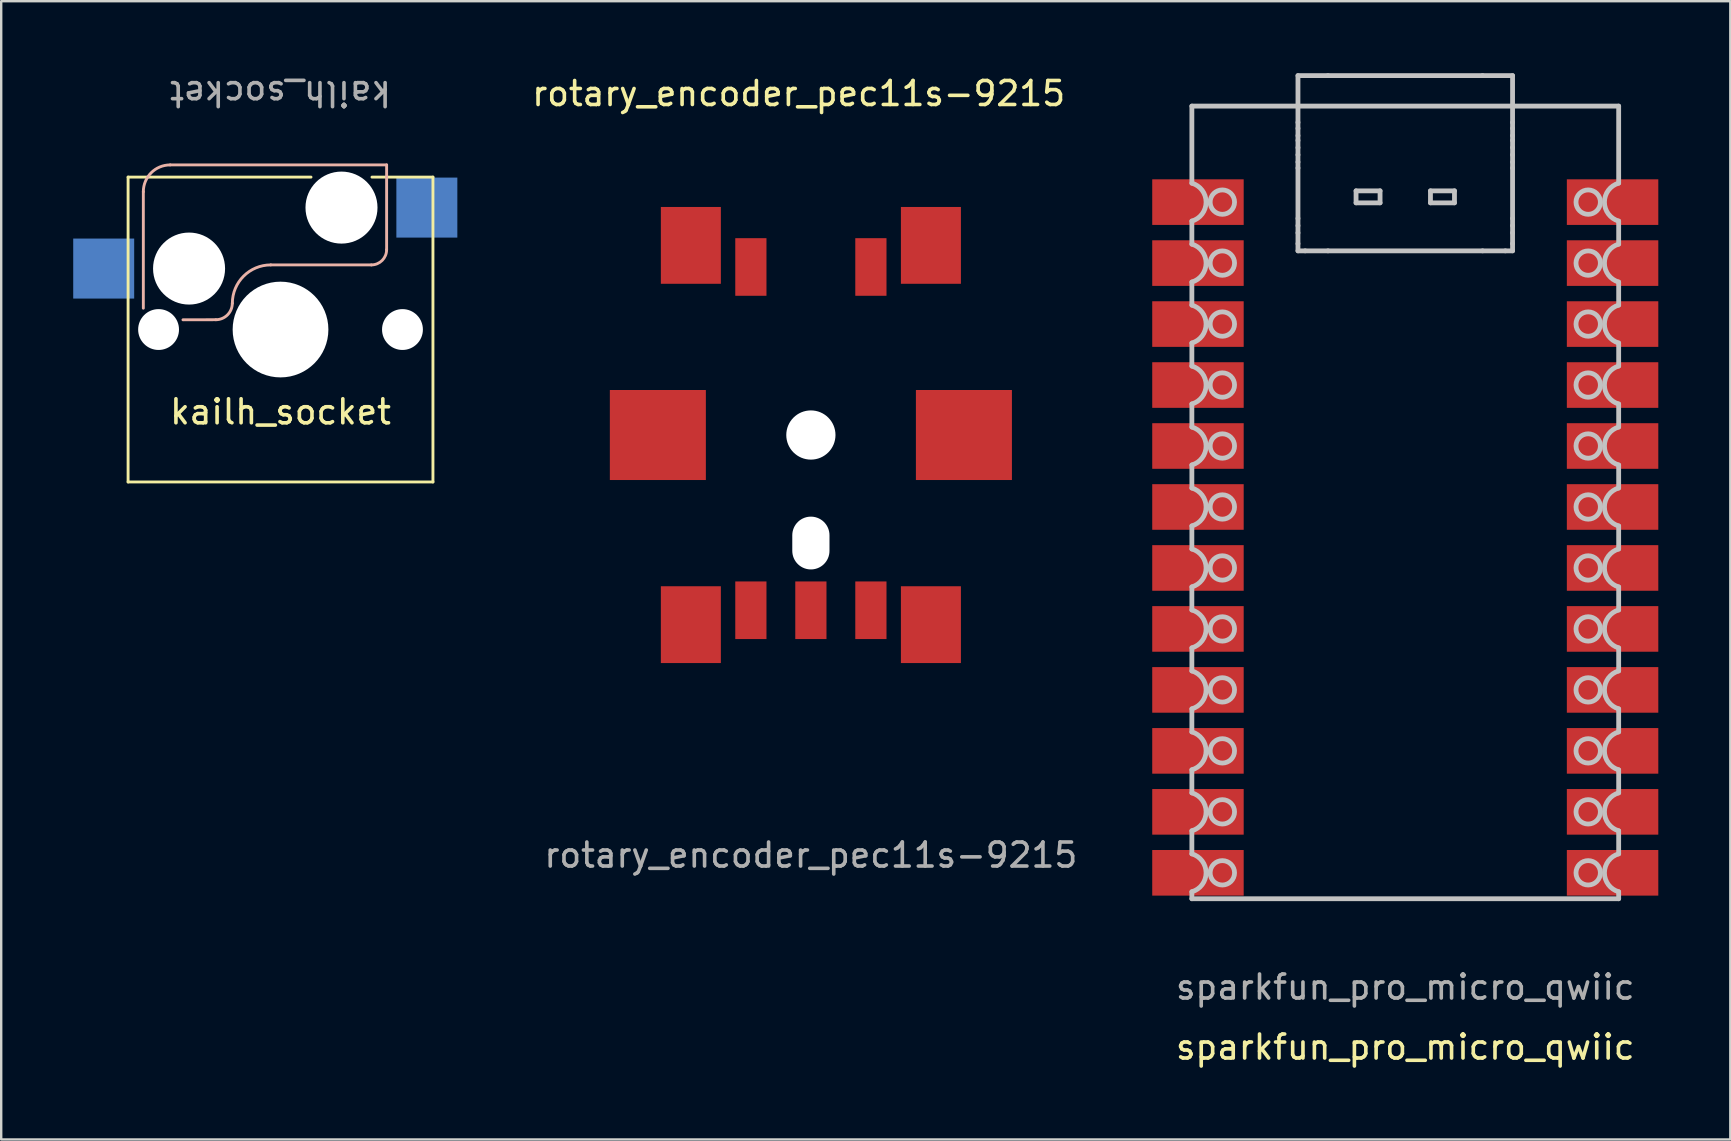
<source format=kicad_pcb>
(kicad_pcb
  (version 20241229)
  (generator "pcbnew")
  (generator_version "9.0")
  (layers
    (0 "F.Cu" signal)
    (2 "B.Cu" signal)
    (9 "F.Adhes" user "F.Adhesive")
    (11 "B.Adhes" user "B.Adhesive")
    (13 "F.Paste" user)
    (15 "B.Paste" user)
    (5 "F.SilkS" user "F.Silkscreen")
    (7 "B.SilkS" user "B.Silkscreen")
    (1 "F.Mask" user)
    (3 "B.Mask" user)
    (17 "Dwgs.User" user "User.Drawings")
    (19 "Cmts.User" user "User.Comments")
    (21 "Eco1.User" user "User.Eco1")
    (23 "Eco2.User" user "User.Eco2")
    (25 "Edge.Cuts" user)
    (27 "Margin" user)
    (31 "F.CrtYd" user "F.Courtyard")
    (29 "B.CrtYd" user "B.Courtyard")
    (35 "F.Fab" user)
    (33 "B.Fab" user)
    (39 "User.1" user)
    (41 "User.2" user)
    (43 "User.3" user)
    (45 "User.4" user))
  (footprint "sparkfun_pro_micro_qwiic"
    (layer "F.Cu")
    (at 55.491 18.07)
    (property "Reference" "sparkfun_pro_micro_qwiic" (at 0 22.5 0) (unlocked yes) (layer "F.SilkS") (effects (font (size 1 1) (thickness 0.15))))
    (fp_line (start -8.89 -16.7) (end -8.89 -13.49) (stroke (width 0.2) (type solid)) (layer "Dwgs.User"))
    (fp_line (start -8.89 -11.91) (end -8.89 -10.95) (stroke (width 0.2) (type solid)) (layer "Dwgs.User"))
    (fp_line (start -8.89 -9.37) (end -8.89 -8.41) (stroke (width 0.2) (type solid)) (layer "Dwgs.User"))
    (fp_line (start -8.89 -6.83) (end -8.89 -5.87) (stroke (width 0.2) (type solid)) (layer "Dwgs.User"))
    (fp_line (start -8.89 -4.29) (end -8.89 -3.33) (stroke (width 0.2) (type solid)) (layer "Dwgs.User"))
    (fp_line (start -8.89 -1.75) (end -8.89 -0.79) (stroke (width 0.2) (type solid)) (layer "Dwgs.User"))
    (fp_line (start -8.89 0.79) (end -8.89 1.75) (stroke (width 0.2) (type solid)) (layer "Dwgs.User"))
    (fp_line (start -8.89 3.33) (end -8.89 4.29) (stroke (width 0.2) (type solid)) (layer "Dwgs.User"))
    (fp_line (start -8.89 5.87) (end -8.89 6.83) (stroke (width 0.2) (type solid)) (layer "Dwgs.User"))
    (fp_line (start -8.89 8.41) (end -8.89 9.37) (stroke (width 0.2) (type solid)) (layer "Dwgs.User"))
    (fp_line (start -8.89 10.95) (end -8.89 11.91) (stroke (width 0.2) (type solid)) (layer "Dwgs.User"))
    (fp_line (start -8.89 13.49) (end -8.89 14.45) (stroke (width 0.2) (type solid)) (layer "Dwgs.User"))
    (fp_line (start -8.89 16.03) (end -8.89 16.32) (stroke (width 0.2) (type solid)) (layer "Dwgs.User"))
    (fp_line (start -8.89 16.32) (end 8.89 16.32) (stroke (width 0.2) (type solid)) (layer "Dwgs.User"))
    (fp_line (start -4.47 -17.97) (end -3.22 -17.97) (stroke (width 0.2) (type solid)) (layer "Dwgs.User"))
    (fp_line (start -4.47 -16.02) (end -4.47 -17.97) (stroke (width 0.2) (type solid)) (layer "Dwgs.User"))
    (fp_line (start -4.47 -15.77) (end -4.47 -16.02) (stroke (width 0.2) (type solid)) (layer "Dwgs.User"))
    (fp_line (start -4.47 -15.47) (end -4.47 -15.77) (stroke (width 0.2) (type solid)) (layer "Dwgs.User"))
    (fp_line (start -4.47 -15.27) (end -4.47 -15.47) (stroke (width 0.2) (type solid)) (layer "Dwgs.User"))
    (fp_line (start -4.47 -14.97) (end -4.47 -15.27) (stroke (width 0.2) (type solid)) (layer "Dwgs.User"))
    (fp_line (start -4.47 -14.67) (end -4.47 -14.97) (stroke (width 0.2) (type solid)) (layer "Dwgs.User"))
    (fp_line (start -4.47 -14.37) (end -4.47 -14.67) (stroke (width 0.2) (type solid)) (layer "Dwgs.User"))
    (fp_line (start -4.47 -14.12) (end -4.47 -14.37) (stroke (width 0.2) (type solid)) (layer "Dwgs.User"))
    (fp_line (start -4.47 -12.02) (end -4.47 -14.12) (stroke (width 0.2) (type solid)) (layer "Dwgs.User"))
    (fp_line (start -4.47 -11.72) (end -4.47 -12.02) (stroke (width 0.2) (type solid)) (layer "Dwgs.User"))
    (fp_line (start -4.47 -11.42) (end -4.47 -11.72) (stroke (width 0.2) (type solid)) (layer "Dwgs.User"))
    (fp_line (start -4.47 -10.97) (end -4.47 -11.42) (stroke (width 0.2) (type solid)) (layer "Dwgs.User"))
    (fp_line (start -4.47 -10.67) (end -4.47 -10.97) (stroke (width 0.2) (type solid)) (layer "Dwgs.User"))
    (fp_line (start -4.17 -10.67) (end -4.47 -10.67) (stroke (width 0.2) (type solid)) (layer "Dwgs.User"))
    (fp_line (start -3.22 -17.97) (end 3.22 -17.97) (stroke (width 0.2) (type solid)) (layer "Dwgs.User"))
    (fp_line (start -3.22 -10.67) (end -4.17 -10.67) (stroke (width 0.2) (type solid)) (layer "Dwgs.User"))
    (fp_line (start -2.05 -13.17) (end -2.05 -12.67) (stroke (width 0.2) (type solid)) (layer "Dwgs.User"))
    (fp_line (start -2.05 -12.67) (end -1.05 -12.67) (stroke (width 0.2) (type solid)) (layer "Dwgs.User"))
    (fp_line (start -1.05 -13.17) (end -2.05 -13.17) (stroke (width 0.2) (type solid)) (layer "Dwgs.User"))
    (fp_line (start -1.05 -12.67) (end -1.05 -13.17) (stroke (width 0.2) (type solid)) (layer "Dwgs.User"))
    (fp_line (start 1.05 -13.17) (end 1.05 -12.67) (stroke (width 0.2) (type solid)) (layer "Dwgs.User"))
    (fp_line (start 1.05 -12.67) (end 2.05 -12.67) (stroke (width 0.2) (type solid)) (layer "Dwgs.User"))
    (fp_line (start 2.05 -13.17) (end 1.05 -13.17) (stroke (width 0.2) (type solid)) (layer "Dwgs.User"))
    (fp_line (start 2.05 -12.67) (end 2.05 -13.17) (stroke (width 0.2) (type solid)) (layer "Dwgs.User"))
    (fp_line (start 3.22 -17.97) (end 4.47 -17.97) (stroke (width 0.2) (type solid)) (layer "Dwgs.User"))
    (fp_line (start 3.22 -10.67) (end -3.22 -10.67) (stroke (width 0.2) (type solid)) (layer "Dwgs.User"))
    (fp_line (start 4.17 -10.67) (end 3.22 -10.67) (stroke (width 0.2) (type solid)) (layer "Dwgs.User"))
    (fp_line (start 4.47 -17.97) (end 4.47 -16.02) (stroke (width 0.2) (type solid)) (layer "Dwgs.User"))
    (fp_line (start 4.47 -16.02) (end 4.47 -15.77) (stroke (width 0.2) (type solid)) (layer "Dwgs.User"))
    (fp_line (start 4.47 -15.77) (end 4.47 -15.47) (stroke (width 0.2) (type solid)) (layer "Dwgs.User"))
    (fp_line (start 4.47 -15.47) (end 4.47 -15.27) (stroke (width 0.2) (type solid)) (layer "Dwgs.User"))
    (fp_line (start 4.47 -15.27) (end 4.47 -14.97) (stroke (width 0.2) (type solid)) (layer "Dwgs.User"))
    (fp_line (start 4.47 -14.97) (end 4.47 -14.67) (stroke (width 0.2) (type solid)) (layer "Dwgs.User"))
    (fp_line (start 4.47 -14.67) (end 4.47 -14.37) (stroke (width 0.2) (type solid)) (layer "Dwgs.User"))
    (fp_line (start 4.47 -14.37) (end 4.47 -14.12) (stroke (width 0.2) (type solid)) (layer "Dwgs.User"))
    (fp_line (start 4.47 -14.12) (end 4.47 -12.02) (stroke (width 0.2) (type solid)) (layer "Dwgs.User"))
    (fp_line (start 4.47 -12.02) (end 4.47 -11.72) (stroke (width 0.2) (type solid)) (layer "Dwgs.User"))
    (fp_line (start 4.47 -11.72) (end 4.47 -11.42) (stroke (width 0.2) (type solid)) (layer "Dwgs.User"))
    (fp_line (start 4.47 -11.42) (end 4.47 -10.97) (stroke (width 0.2) (type solid)) (layer "Dwgs.User"))
    (fp_line (start 4.47 -10.97) (end 4.47 -10.67) (stroke (width 0.2) (type solid)) (layer "Dwgs.User"))
    (fp_line (start 4.47 -10.67) (end 4.17 -10.67) (stroke (width 0.2) (type solid)) (layer "Dwgs.User"))
    (fp_line (start 8.89 -16.7) (end -8.89 -16.7) (stroke (width 0.2) (type solid)) (layer "Dwgs.User"))
    (fp_line (start 8.89 -13.49) (end 8.89 -16.7) (stroke (width 0.2) (type solid)) (layer "Dwgs.User"))
    (fp_line (start 8.89 -10.95) (end 8.89 -11.91) (stroke (width 0.2) (type solid)) (layer "Dwgs.User"))
    (fp_line (start 8.89 -8.41) (end 8.89 -9.37) (stroke (width 0.2) (type solid)) (layer "Dwgs.User"))
    (fp_line (start 8.89 -5.87) (end 8.89 -6.83) (stroke (width 0.2) (type solid)) (layer "Dwgs.User"))
    (fp_line (start 8.89 -3.33) (end 8.89 -4.29) (stroke (width 0.2) (type solid)) (layer "Dwgs.User"))
    (fp_line (start 8.89 -0.79) (end 8.89 -1.75) (stroke (width 0.2) (type solid)) (layer "Dwgs.User"))
    (fp_line (start 8.89 1.75) (end 8.89 0.79) (stroke (width 0.2) (type solid)) (layer "Dwgs.User"))
    (fp_line (start 8.89 4.29) (end 8.89 3.33) (stroke (width 0.2) (type solid)) (layer "Dwgs.User"))
    (fp_line (start 8.89 6.83) (end 8.89 5.87) (stroke (width 0.2) (type solid)) (layer "Dwgs.User"))
    (fp_line (start 8.89 9.37) (end 8.89 8.41) (stroke (width 0.2) (type solid)) (layer "Dwgs.User"))
    (fp_line (start 8.89 11.91) (end 8.89 10.95) (stroke (width 0.2) (type solid)) (layer "Dwgs.User"))
    (fp_line (start 8.89 14.45) (end 8.89 13.49) (stroke (width 0.2) (type solid)) (layer "Dwgs.User"))
    (fp_line (start 8.89 16.32) (end 8.89 16.03) (stroke (width 0.2) (type solid)) (layer "Dwgs.User"))
    (fp_arc (start -8.889998 -13.489999) (mid -8.297198 -12.699999) (end -8.889998 -11.909999) (stroke (width 0.2) (type solid)) (layer "Dwgs.User"))
    (fp_arc (start -8.889998 -10.949999) (mid -8.297198 -10.159999) (end -8.889998 -9.369999) (stroke (width 0.2) (type solid)) (layer "Dwgs.User"))
    (fp_arc (start -8.889998 -8.409999) (mid -8.297198 -7.619999) (end -8.889998 -6.829999) (stroke (width 0.2) (type solid)) (layer "Dwgs.User"))
    (fp_arc (start -8.889998 -5.869999) (mid -8.297198 -5.079999) (end -8.889998 -4.289999) (stroke (width 0.2) (type solid)) (layer "Dwgs.User"))
    (fp_arc (start -8.889998 -3.329999) (mid -8.297198 -2.539999) (end -8.889998 -1.749999) (stroke (width 0.2) (type solid)) (layer "Dwgs.User"))
    (fp_arc (start -8.889998 -0.79) (mid -8.297198 0) (end -8.889998 0.79) (stroke (width 0.2) (type solid)) (layer "Dwgs.User"))
    (fp_arc (start -8.889998 1.75) (mid -8.297198 2.54) (end -8.889998 3.33) (stroke (width 0.2) (type solid)) (layer "Dwgs.User"))
    (fp_arc (start -8.889998 4.29) (mid -8.297198 5.08) (end -8.889998 5.87) (stroke (width 0.2) (type solid)) (layer "Dwgs.User"))
    (fp_arc (start -8.889998 6.83) (mid -8.297198 7.62) (end -8.889998 8.41) (stroke (width 0.2) (type solid)) (layer "Dwgs.User"))
    (fp_arc (start -8.889998 9.37) (mid -8.297198 10.16) (end -8.889998 10.95) (stroke (width 0.2) (type solid)) (layer "Dwgs.User"))
    (fp_arc (start -8.889998 11.91) (mid -8.297198 12.7) (end -8.889998 13.49) (stroke (width 0.2) (type solid)) (layer "Dwgs.User"))
    (fp_arc (start -8.889998 14.45) (mid -8.297198 15.24) (end -8.889998 16.03) (stroke (width 0.2) (type solid)) (layer "Dwgs.User"))
    (fp_arc (start 8.89 -11.909999) (mid 8.2972 -12.699999) (end 8.89 -13.489999) (stroke (width 0.2) (type solid)) (layer "Dwgs.User"))
    (fp_arc (start 8.89 -9.369999) (mid 8.2972 -10.159999) (end 8.89 -10.949999) (stroke (width 0.2) (type solid)) (layer "Dwgs.User"))
    (fp_arc (start 8.89 -6.829999) (mid 8.2972 -7.619999) (end 8.89 -8.409999) (stroke (width 0.2) (type solid)) (layer "Dwgs.User"))
    (fp_arc (start 8.89 -4.289999) (mid 8.2972 -5.079999) (end 8.89 -5.869999) (stroke (width 0.2) (type solid)) (layer "Dwgs.User"))
    (fp_arc (start 8.89 -1.749999) (mid 8.2972 -2.539999) (end 8.89 -3.329999) (stroke (width 0.2) (type solid)) (layer "Dwgs.User"))
    (fp_arc (start 8.89 3.33) (mid 8.2972 2.54) (end 8.89 1.75) (stroke (width 0.2) (type solid)) (layer "Dwgs.User"))
    (fp_arc (start 8.89 5.87) (mid 8.2972 5.08) (end 8.89 4.29) (stroke (width 0.2) (type solid)) (layer "Dwgs.User"))
    (fp_arc (start 8.89 8.41) (mid 8.2972 7.62) (end 8.89 6.83) (stroke (width 0.2) (type solid)) (layer "Dwgs.User"))
    (fp_arc (start 8.89 10.95) (mid 8.2972 10.16) (end 8.89 9.37) (stroke (width 0.2) (type solid)) (layer "Dwgs.User"))
    (fp_arc (start 8.89 13.49) (mid 8.2972 12.7) (end 8.89 11.91) (stroke (width 0.2) (type solid)) (layer "Dwgs.User"))
    (fp_arc (start 8.89 16.03) (mid 8.2972 15.24) (end 8.89 14.45) (stroke (width 0.2) (type solid)) (layer "Dwgs.User"))
    (fp_arc (start 8.890001 0.789999) (mid 8.297201 0) (end 8.89 -0.789999) (stroke (width 0.2) (type solid)) (layer "Dwgs.User"))
    (fp_circle (center -7.62 -12.7) (end -7.112 -12.7) (stroke (width 0.2) (type solid)) (fill no) (layer "Dwgs.User"))
    (fp_circle (center -7.62 -10.16) (end -7.112 -10.16) (stroke (width 0.2) (type solid)) (fill no) (layer "Dwgs.User"))
    (fp_circle (center -7.62 -7.62) (end -7.112 -7.62) (stroke (width 0.2) (type solid)) (fill no) (layer "Dwgs.User"))
    (fp_circle (center -7.62 -5.08) (end -7.112 -5.08) (stroke (width 0.2) (type solid)) (fill no) (layer "Dwgs.User"))
    (fp_circle (center -7.62 -2.54) (end -7.112 -2.54) (stroke (width 0.2) (type solid)) (fill no) (layer "Dwgs.User"))
    (fp_circle (center -7.62 0) (end -7.112 0) (stroke (width 0.2) (type solid)) (fill no) (layer "Dwgs.User"))
    (fp_circle (center -7.62 2.54) (end -7.112 2.54) (stroke (width 0.2) (type solid)) (fill no) (layer "Dwgs.User"))
    (fp_circle (center -7.62 5.08) (end -7.112 5.08) (stroke (width 0.2) (type solid)) (fill no) (layer "Dwgs.User"))
    (fp_circle (center -7.62 7.62) (end -7.112 7.62) (stroke (width 0.2) (type solid)) (fill no) (layer "Dwgs.User"))
    (fp_circle (center -7.62 10.16) (end -7.112 10.16) (stroke (width 0.2) (type solid)) (fill no) (layer "Dwgs.User"))
    (fp_circle (center -7.62 12.7) (end -7.112 12.7) (stroke (width 0.2) (type solid)) (fill no) (layer "Dwgs.User"))
    (fp_circle (center -7.62 15.24) (end -7.112 15.24) (stroke (width 0.2) (type solid)) (fill no) (layer "Dwgs.User"))
    (fp_circle (center 7.62 -12.7) (end 8.128 -12.7) (stroke (width 0.2) (type solid)) (fill no) (layer "Dwgs.User"))
    (fp_circle (center 7.62 -10.16) (end 8.128 -10.16) (stroke (width 0.2) (type solid)) (fill no) (layer "Dwgs.User"))
    (fp_circle (center 7.62 -7.62) (end 8.128 -7.62) (stroke (width 0.2) (type solid)) (fill no) (layer "Dwgs.User"))
    (fp_circle (center 7.62 -5.08) (end 8.128 -5.08) (stroke (width 0.2) (type solid)) (fill no) (layer "Dwgs.User"))
    (fp_circle (center 7.62 -2.54) (end 8.128 -2.54) (stroke (width 0.2) (type solid)) (fill no) (layer "Dwgs.User"))
    (fp_circle (center 7.62 0) (end 8.128 0) (stroke (width 0.2) (type solid)) (fill no) (layer "Dwgs.User"))
    (fp_circle (center 7.62 2.54) (end 8.128 2.54) (stroke (width 0.2) (type solid)) (fill no) (layer "Dwgs.User"))
    (fp_circle (center 7.62 5.08) (end 8.128 5.08) (stroke (width 0.2) (type solid)) (fill no) (layer "Dwgs.User"))
    (fp_circle (center 7.62 7.62) (end 8.128 7.62) (stroke (width 0.2) (type solid)) (fill no) (layer "Dwgs.User"))
    (fp_circle (center 7.62 10.16) (end 8.128 10.16) (stroke (width 0.2) (type solid)) (fill no) (layer "Dwgs.User"))
    (fp_circle (center 7.62 12.7) (end 8.128 12.7) (stroke (width 0.2) (type solid)) (fill no) (layer "Dwgs.User"))
    (fp_circle (center 7.62 15.24) (end 8.128 15.24) (stroke (width 0.2) (type solid)) (fill no) (layer "Dwgs.User"))
    (fp_text user "${REFERENCE}" (at 0 20 0) (unlocked yes) (layer "F.Fab") (effects (font (size 1 1) (thickness 0.15))))
    (pad "GND" smd rect (at -8.636 -7.62) (size 3.81 1.9) (layers "F.Cu" "F.Mask" "F.Paste"))
    (pad "GND" smd rect (at -8.636 -5.08) (size 3.81 1.9) (layers "F.Cu" "F.Mask" "F.Paste"))
    (pad "GND" smd rect (at 8.636 -10.16) (size 3.81 1.9) (layers "F.Cu" "F.Mask" "F.Paste"))
    (pad "PB1" smd rect (at 8.636 7.62) (size 3.81 1.9) (layers "F.Cu" "F.Mask" "F.Paste"))
    (pad "PB2" smd rect (at 8.636 12.7) (size 3.81 1.9) (layers "F.Cu" "F.Mask" "F.Paste"))
    (pad "PB3" smd rect (at 8.636 10.16) (size 3.81 1.9) (layers "F.Cu" "F.Mask" "F.Paste"))
    (pad "PB4" smd rect (at -8.636 12.7) (size 3.81 1.9) (layers "F.Cu" "F.Mask" "F.Paste"))
    (pad "PB5" smd rect (at -8.636 15.24) (size 3.81 1.9) (layers "F.Cu" "F.Mask" "F.Paste"))
    (pad "PB6" smd rect (at 8.636 15.24) (size 3.81 1.9) (layers "F.Cu" "F.Mask" "F.Paste"))
    (pad "PC6" smd rect (at -8.636 5.08) (size 3.81 1.9) (layers "F.Cu" "F.Mask" "F.Paste"))
    (pad "PD0" smd rect (at -8.636 0) (size 3.81 1.9) (layers "F.Cu" "F.Mask" "F.Paste"))
    (pad "PD1" smd rect (at -8.636 -2.54) (size 3.81 1.9) (layers "F.Cu" "F.Mask" "F.Paste"))
    (pad "PD2" smd rect (at -8.636 -10.16) (size 3.81 1.9) (layers "F.Cu" "F.Mask" "F.Paste"))
    (pad "PD3" smd rect (at -8.636 -12.7) (size 3.81 1.9) (layers "F.Cu" "F.Mask" "F.Paste"))
    (pad "PD4" smd rect (at -8.636 2.54) (size 3.81 1.9) (layers "F.Cu" "F.Mask" "F.Paste"))
    (pad "PD7" smd rect (at -8.636 7.62) (size 3.81 1.9) (layers "F.Cu" "F.Mask" "F.Paste"))
    (pad "PE6" smd rect (at -8.636 10.16) (size 3.81 1.9) (layers "F.Cu" "F.Mask" "F.Paste"))
    (pad "PF4" smd rect (at 8.636 -2.54) (size 3.81 1.9) (layers "F.Cu" "F.Mask" "F.Paste"))
    (pad "PF5" smd rect (at 8.636 0) (size 3.81 1.9) (layers "F.Cu" "F.Mask" "F.Paste"))
    (pad "PF6" smd rect (at 8.636 2.54) (size 3.81 1.9) (layers "F.Cu" "F.Mask" "F.Paste"))
    (pad "PF7" smd rect (at 8.636 5.08) (size 3.81 1.9) (layers "F.Cu" "F.Mask" "F.Paste"))
    (pad "RAW" smd rect (at 8.636 -12.7) (size 3.81 1.9) (layers "F.Cu" "F.Mask" "F.Paste"))
    (pad "RESET" smd rect (at 8.636 -7.62) (size 3.81 1.9) (layers "F.Cu" "F.Mask" "F.Paste"))
    (pad "VCC" smd rect (at 8.636 -5.08) (size 3.81 1.9) (layers "F.Cu" "F.Mask" "F.Paste")))
  (footprint "rotary_encoder_pec11s-9215"
    (layer "F.Cu")
    (at 30.73 15.072)
    (property "Reference" "rotary_encoder_pec11s-9215" (at -0.508 -14.224 0) (unlocked yes) (layer "F.SilkS") (effects (font (size 1 1) (thickness 0.15))))
    (fp_text user "${REFERENCE}" (at 0 17.5 0) (unlocked yes) (layer "F.Fab") (effects (font (size 1 1) (thickness 0.15))))
    (pad "" np_thru_hole circle (at 0 0) (size 2.05 2.05) (drill 2.05) (layers "*.Cu" "*.Mask"))
    (pad "" np_thru_hole oval (at 0 4.5) (size 1.55 2.2) (drill oval 1.55 2.2) (layers "*.Cu" "*.Mask"))
    (pad "A" smd rect (at -2.5 7.3) (size 1.3 2.4) (layers "F.Cu" "F.Mask" "F.Paste"))
    (pad "B" smd rect (at 2.5 7.3) (size 1.3 2.4) (layers "F.Cu" "F.Mask" "F.Paste"))
    (pad "C" smd rect (at 0 7.3) (size 1.3 2.4) (layers "F.Cu" "F.Mask" "F.Paste"))
    (pad "CASE" smd rect (at -6.375 0) (size 4 3.75) (layers "F.Cu" "F.Mask" "F.Paste"))
    (pad "CASE" smd rect (at -5 -7.9) (size 2.5 3.2) (layers "F.Cu" "F.Mask" "F.Paste"))
    (pad "CASE" smd rect (at -5 7.9) (size 2.5 3.2) (layers "F.Cu" "F.Mask" "F.Paste"))
    (pad "CASE" smd rect (at 5 -7.9) (size 2.5 3.2) (layers "F.Cu" "F.Mask" "F.Paste"))
    (pad "CASE" smd rect (at 5 7.9) (size 2.5 3.2) (layers "F.Cu" "F.Mask" "F.Paste"))
    (pad "CASE" smd rect (at 6.375 0) (size 4 3.75) (layers "F.Cu" "F.Mask" "F.Paste"))
    (pad "S1" smd rect (at -2.5 -7) (size 1.3 2.4) (layers "F.Cu" "F.Mask" "F.Paste"))
    (pad "S2" smd rect (at 2.5 -7) (size 1.3 2.4) (layers "F.Cu" "F.Mask" "F.Paste")))
  (footprint "kailh_socket"
    (layer "F.Cu")
    (at 8.636 10.678)
    (property "Reference" "kailh_socket" (at 0 3.429 0) (unlocked yes) (layer "F.SilkS") (effects (font (size 1 1) (thickness 0.15))))
    (fp_line (start -6.35 -6.35) (end 1.27 -6.35) (stroke (width 0.12) (type solid)) (layer "F.SilkS"))
    (fp_line (start -6.35 6.35) (end -6.35 -6.35) (stroke (width 0.12) (type solid)) (layer "F.SilkS"))
    (fp_line (start 3.81 -6.35) (end 6.35 -6.35) (stroke (width 0.12) (type solid)) (layer "F.SilkS"))
    (fp_line (start 6.35 -6.35) (end 6.35 6.35) (stroke (width 0.12) (type solid)) (layer "F.SilkS"))
    (fp_line (start 6.35 6.35) (end -6.35 6.35) (stroke (width 0.12) (type solid)) (layer "F.SilkS"))
    (fp_line (start -5.715 -0.889) (end -5.715 -5.74) (stroke (width 0.12) (type solid)) (layer "B.SilkS"))
    (fp_line (start -4.597 -6.858) (end 4.42 -6.858) (stroke (width 0.12) (type solid)) (layer "B.SilkS"))
    (fp_line (start -2.695 -0.409) (end -4.064 -0.406) (stroke (width 0.12) (type solid)) (layer "B.SilkS"))
    (fp_line (start -0.406 -2.692) (end 3.785 -2.692) (stroke (width 0.12) (type solid)) (layer "B.SilkS"))
    (fp_line (start 4.42 -6.858) (end 4.42 -3.327) (stroke (width 0.12) (type solid)) (layer "B.SilkS"))
    (fp_arc (start -5.715 -5.7404) (mid -5.387663 -6.530663) (end -4.5974 -6.858) (stroke (width 0.12) (type solid)) (layer "B.SilkS"))
    (fp_arc (start -2.008934 -1.094534) (mid -2.2098 -0.6096) (end -2.694734 -0.408734) (stroke (width 0.12) (type solid)) (layer "B.SilkS"))
    (fp_arc (start -2.0066 -1.0922) (mid -1.537912 -2.223712) (end -0.4064 -2.6924) (stroke (width 0.12) (type solid)) (layer "B.SilkS"))
    (fp_arc (start 4.4196 -3.3274) (mid 4.233613 -2.878387) (end 3.7846 -2.6924) (stroke (width 0.12) (type solid)) (layer "B.SilkS"))
    (fp_text user "${REFERENCE}" (at 0 -9.83 180) (unlocked yes) (layer "F.Fab") (effects (font (size 1 1) (thickness 0.15))))
    (pad "" np_thru_hole circle (at -5.08 0) (size 1.702 1.702) (drill 1.702) (layers "*.Cu" "*.Mask"))
    (pad "" np_thru_hole circle (at -3.81 -2.54 180) (size 3 3) (drill 3) (layers "*.Cu" "*.Mask"))
    (pad "" np_thru_hole circle (at 0 0) (size 3.988 3.988) (drill 3.988) (layers "*.Cu" "*.Mask"))
    (pad "" np_thru_hole circle (at 2.54 -5.08 180) (size 3 3) (drill 3) (layers "*.Cu" "*.Mask"))
    (pad "" np_thru_hole circle (at 5.08 0) (size 1.702 1.702) (drill 1.702) (layers "*.Cu" "*.Mask"))
    (pad "1" smd rect (at 6.096 -5.08 180) (size 2.54 2.5) (layers "B.Cu" "B.Mask" "B.Paste"))
    (pad "2" smd rect (at -7.366 -2.54 180) (size 2.54 2.5) (layers "B.Cu" "B.Mask" "B.Paste")))
  (gr_rect
    (start -3 -3)
    (end 69.032 44.418)
    (stroke (width 0.1) (type default))
    (fill no)
    (layer "Edge.Cuts")))
</source>
